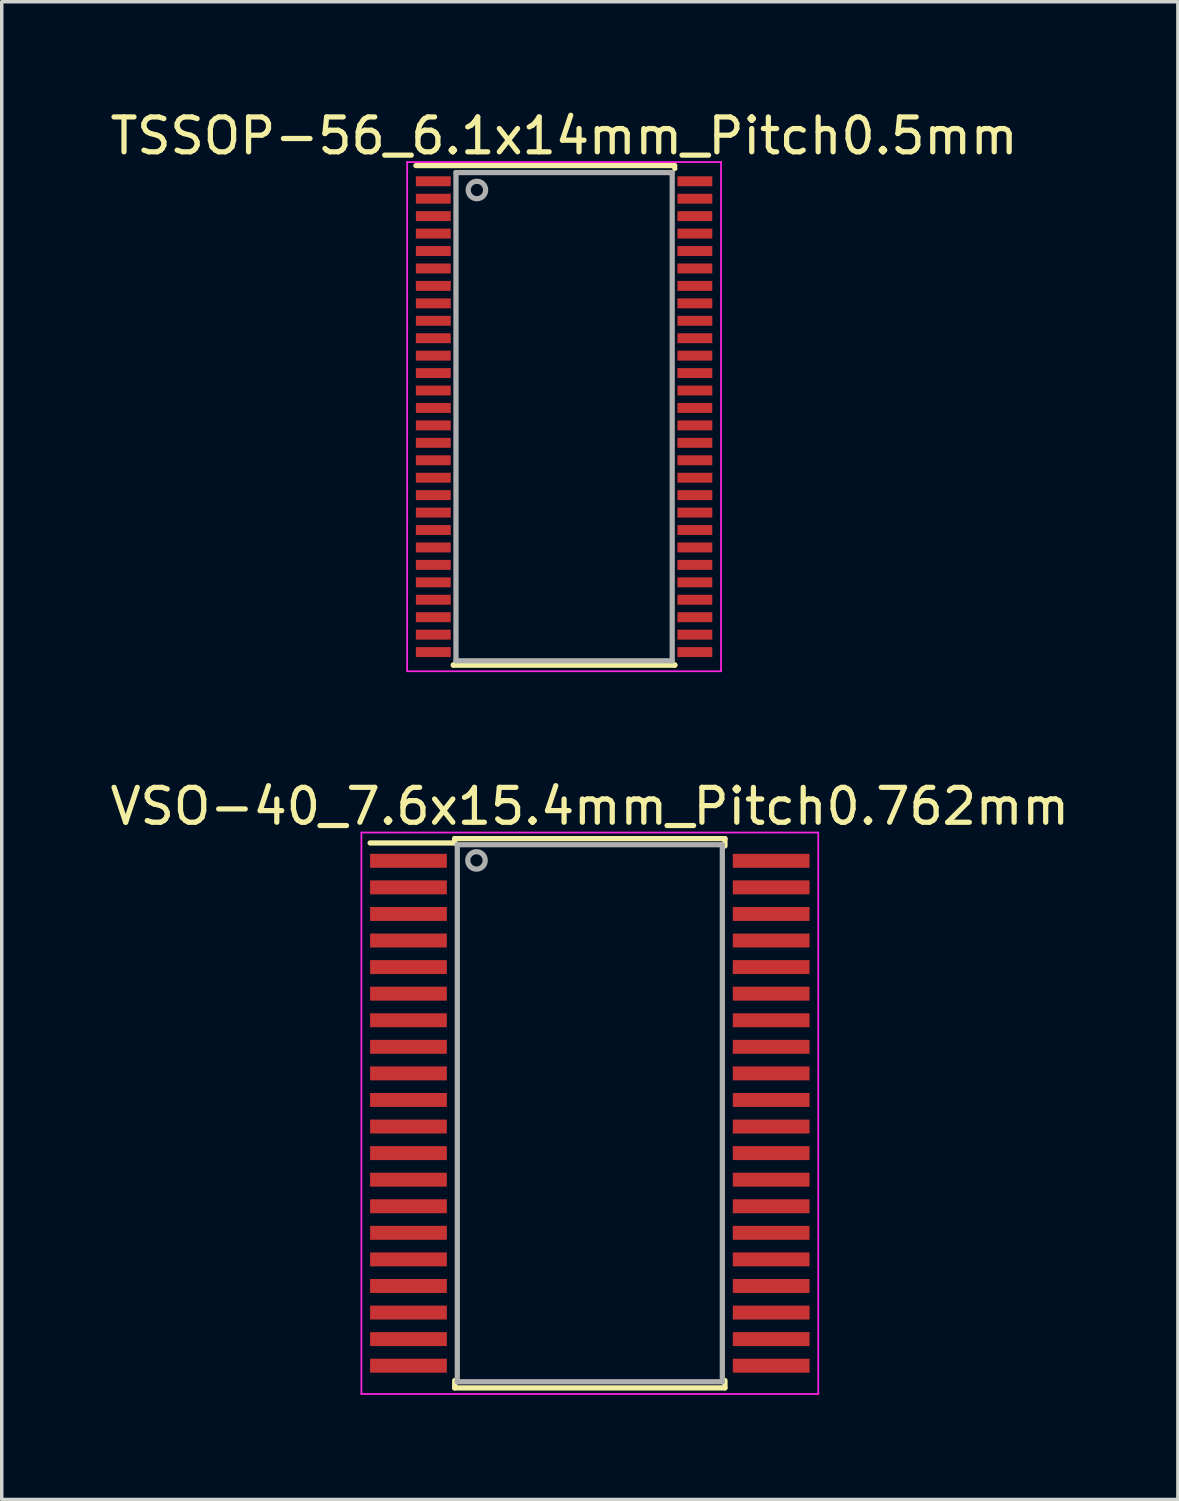
<source format=kicad_pcb>
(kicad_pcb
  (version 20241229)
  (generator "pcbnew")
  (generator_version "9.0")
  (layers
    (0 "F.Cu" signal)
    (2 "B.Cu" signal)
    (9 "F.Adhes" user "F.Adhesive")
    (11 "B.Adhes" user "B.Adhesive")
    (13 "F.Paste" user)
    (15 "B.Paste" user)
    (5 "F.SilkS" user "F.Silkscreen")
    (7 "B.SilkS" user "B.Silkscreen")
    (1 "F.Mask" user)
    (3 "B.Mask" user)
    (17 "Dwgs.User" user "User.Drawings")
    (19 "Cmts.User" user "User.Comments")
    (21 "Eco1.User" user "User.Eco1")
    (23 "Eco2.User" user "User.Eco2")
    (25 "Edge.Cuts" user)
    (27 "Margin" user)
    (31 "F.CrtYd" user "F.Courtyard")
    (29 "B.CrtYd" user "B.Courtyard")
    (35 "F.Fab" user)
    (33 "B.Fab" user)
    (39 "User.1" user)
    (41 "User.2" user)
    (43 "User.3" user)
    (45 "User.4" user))
  (footprint "VSO-40_7.6x15.4mm_Pitch0.762mm"
    (layer "F.Cu")
    (at 13.863 28.872)
    (property "Reference" "VSO-40_7.6x15.4mm_Pitch0.762mm" (at 0 -8.8 0) (layer "F.SilkS") (effects (font (size 1 1) (thickness 0.15))))
    (attr smd)
    (fp_line (start -3.875 -7.875) (end -3.875 -7.75) (stroke (width 0.15) (type solid)) (layer "F.SilkS"))
    (fp_line (start -3.875 -7.875) (end 3.875 -7.875) (stroke (width 0.15) (type solid)) (layer "F.SilkS"))
    (fp_line (start -3.875 -7.75) (end -6.3 -7.75) (stroke (width 0.15) (type solid)) (layer "F.SilkS"))
    (fp_line (start -3.875 7.875) (end -3.875 7.664) (stroke (width 0.15) (type solid)) (layer "F.SilkS"))
    (fp_line (start -3.875 7.875) (end 3.875 7.875) (stroke (width 0.15) (type solid)) (layer "F.SilkS"))
    (fp_line (start 3.875 -7.875) (end 3.875 -7.664) (stroke (width 0.15) (type solid)) (layer "F.SilkS"))
    (fp_line (start 3.875 7.875) (end 3.875 7.664) (stroke (width 0.15) (type solid)) (layer "F.SilkS"))
    (fp_line (start -6.55 -8.05) (end -6.55 8.05) (stroke (width 0.05) (type solid)) (layer "F.CrtYd"))
    (fp_line (start -6.55 -8.05) (end 6.55 -8.05) (stroke (width 0.05) (type solid)) (layer "F.CrtYd"))
    (fp_line (start -6.55 8.05) (end 6.55 8.05) (stroke (width 0.05) (type solid)) (layer "F.CrtYd"))
    (fp_line (start 6.55 -8.05) (end 6.55 8.05) (stroke (width 0.05) (type solid)) (layer "F.CrtYd"))
    (fp_line (start -3.8 -7.7) (end 3.8 -7.7) (stroke (width 0.15) (type solid)) (layer "F.Fab"))
    (fp_line (start -3.8 7.7) (end -3.8 -7.7) (stroke (width 0.15) (type solid)) (layer "F.Fab"))
    (fp_line (start 3.8 -7.7) (end 3.8 7.7) (stroke (width 0.15) (type solid)) (layer "F.Fab"))
    (fp_line (start 3.8 7.7) (end -3.8 7.7) (stroke (width 0.15) (type solid)) (layer "F.Fab"))
    (fp_circle (center -3.25 -7.25) (end -3.5 -7.25) (stroke (width 0.15) (type solid)) (fill no) (layer "F.Fab"))
    (pad "1" smd rect (at -5.2 -7.239) (size 2.2 0.4) (layers "F.Cu" "F.Mask" "F.Paste"))
    (pad "2" smd rect (at -5.2 -6.477) (size 2.2 0.4) (layers "F.Cu" "F.Mask" "F.Paste"))
    (pad "3" smd rect (at -5.2 -5.715) (size 2.2 0.4) (layers "F.Cu" "F.Mask" "F.Paste"))
    (pad "4" smd rect (at -5.2 -4.953) (size 2.2 0.4) (layers "F.Cu" "F.Mask" "F.Paste"))
    (pad "5" smd rect (at -5.2 -4.191) (size 2.2 0.4) (layers "F.Cu" "F.Mask" "F.Paste"))
    (pad "6" smd rect (at -5.2 -3.429) (size 2.2 0.4) (layers "F.Cu" "F.Mask" "F.Paste"))
    (pad "7" smd rect (at -5.2 -2.667) (size 2.2 0.4) (layers "F.Cu" "F.Mask" "F.Paste"))
    (pad "8" smd rect (at -5.2 -1.905) (size 2.2 0.4) (layers "F.Cu" "F.Mask" "F.Paste"))
    (pad "9" smd rect (at -5.2 -1.143) (size 2.2 0.4) (layers "F.Cu" "F.Mask" "F.Paste"))
    (pad "10" smd rect (at -5.2 -0.381) (size 2.2 0.4) (layers "F.Cu" "F.Mask" "F.Paste"))
    (pad "11" smd rect (at -5.2 0.381) (size 2.2 0.4) (layers "F.Cu" "F.Mask" "F.Paste"))
    (pad "12" smd rect (at -5.2 1.143) (size 2.2 0.4) (layers "F.Cu" "F.Mask" "F.Paste"))
    (pad "13" smd rect (at -5.2 1.905) (size 2.2 0.4) (layers "F.Cu" "F.Mask" "F.Paste"))
    (pad "14" smd rect (at -5.2 2.667) (size 2.2 0.4) (layers "F.Cu" "F.Mask" "F.Paste"))
    (pad "15" smd rect (at -5.2 3.429) (size 2.2 0.4) (layers "F.Cu" "F.Mask" "F.Paste"))
    (pad "16" smd rect (at -5.2 4.191) (size 2.2 0.4) (layers "F.Cu" "F.Mask" "F.Paste"))
    (pad "17" smd rect (at -5.2 4.953) (size 2.2 0.4) (layers "F.Cu" "F.Mask" "F.Paste"))
    (pad "18" smd rect (at -5.2 5.715) (size 2.2 0.4) (layers "F.Cu" "F.Mask" "F.Paste"))
    (pad "19" smd rect (at -5.2 6.477) (size 2.2 0.4) (layers "F.Cu" "F.Mask" "F.Paste"))
    (pad "20" smd rect (at -5.2 7.239) (size 2.2 0.4) (layers "F.Cu" "F.Mask" "F.Paste"))
    (pad "21" smd rect (at 5.2 7.239) (size 2.2 0.4) (layers "F.Cu" "F.Mask" "F.Paste"))
    (pad "22" smd rect (at 5.2 6.477) (size 2.2 0.4) (layers "F.Cu" "F.Mask" "F.Paste"))
    (pad "23" smd rect (at 5.2 5.715) (size 2.2 0.4) (layers "F.Cu" "F.Mask" "F.Paste"))
    (pad "24" smd rect (at 5.2 4.953) (size 2.2 0.4) (layers "F.Cu" "F.Mask" "F.Paste"))
    (pad "25" smd rect (at 5.2 4.191) (size 2.2 0.4) (layers "F.Cu" "F.Mask" "F.Paste"))
    (pad "26" smd rect (at 5.2 3.429) (size 2.2 0.4) (layers "F.Cu" "F.Mask" "F.Paste"))
    (pad "27" smd rect (at 5.2 2.667) (size 2.2 0.4) (layers "F.Cu" "F.Mask" "F.Paste"))
    (pad "28" smd rect (at 5.2 1.905) (size 2.2 0.4) (layers "F.Cu" "F.Mask" "F.Paste"))
    (pad "29" smd rect (at 5.2 1.143) (size 2.2 0.4) (layers "F.Cu" "F.Mask" "F.Paste"))
    (pad "30" smd rect (at 5.2 0.381) (size 2.2 0.4) (layers "F.Cu" "F.Mask" "F.Paste"))
    (pad "31" smd rect (at 5.2 -0.381) (size 2.2 0.4) (layers "F.Cu" "F.Mask" "F.Paste"))
    (pad "32" smd rect (at 5.2 -1.143) (size 2.2 0.4) (layers "F.Cu" "F.Mask" "F.Paste"))
    (pad "33" smd rect (at 5.2 -1.905) (size 2.2 0.4) (layers "F.Cu" "F.Mask" "F.Paste"))
    (pad "34" smd rect (at 5.2 -2.667) (size 2.2 0.4) (layers "F.Cu" "F.Mask" "F.Paste"))
    (pad "35" smd rect (at 5.2 -3.429) (size 2.2 0.4) (layers "F.Cu" "F.Mask" "F.Paste"))
    (pad "36" smd rect (at 5.2 -4.191) (size 2.2 0.4) (layers "F.Cu" "F.Mask" "F.Paste"))
    (pad "37" smd rect (at 5.2 -4.953) (size 2.2 0.4) (layers "F.Cu" "F.Mask" "F.Paste"))
    (pad "38" smd rect (at 5.2 -5.715) (size 2.2 0.4) (layers "F.Cu" "F.Mask" "F.Paste"))
    (pad "39" smd rect (at 5.2 -6.477) (size 2.2 0.4) (layers "F.Cu" "F.Mask" "F.Paste"))
    (pad "40" smd rect (at 5.2 -7.239) (size 2.2 0.4) (layers "F.Cu" "F.Mask" "F.Paste")))
  (footprint "TSSOP-56_6.1x14mm_Pitch0.5mm"
    (layer "F.Cu")
    (at 13.125 8.898)
    (property "Reference" "TSSOP-56_6.1x14mm_Pitch0.5mm" (at 0 -8.05 0) (layer "F.SilkS") (effects (font (size 1 1) (thickness 0.15))))
    (attr smd)
    (fp_line (start -4.25 -7.2) (end 3.175 -7.2) (stroke (width 0.15) (type solid)) (layer "F.SilkS"))
    (fp_line (start -3.175 7.125) (end -3.175 7.117) (stroke (width 0.15) (type solid)) (layer "F.SilkS"))
    (fp_line (start -3.175 7.125) (end 3.175 7.125) (stroke (width 0.15) (type solid)) (layer "F.SilkS"))
    (fp_line (start 3.175 -7.125) (end 3.175 -7.117) (stroke (width 0.15) (type solid)) (layer "F.SilkS"))
    (fp_line (start 3.175 7.125) (end 3.175 7.117) (stroke (width 0.15) (type solid)) (layer "F.SilkS"))
    (fp_line (start -4.5 -7.3) (end -4.5 7.3) (stroke (width 0.05) (type solid)) (layer "F.CrtYd"))
    (fp_line (start -4.5 -7.3) (end 4.5 -7.3) (stroke (width 0.05) (type solid)) (layer "F.CrtYd"))
    (fp_line (start -4.5 7.3) (end 4.5 7.3) (stroke (width 0.05) (type solid)) (layer "F.CrtYd"))
    (fp_line (start 4.5 -7.3) (end 4.5 7.3) (stroke (width 0.05) (type solid)) (layer "F.CrtYd"))
    (fp_line (start -3.1 -7) (end 3.1 -7) (stroke (width 0.15) (type solid)) (layer "F.Fab"))
    (fp_line (start -3.1 7) (end -3.1 -7) (stroke (width 0.15) (type solid)) (layer "F.Fab"))
    (fp_line (start 3.1 -7) (end 3.1 7) (stroke (width 0.15) (type solid)) (layer "F.Fab"))
    (fp_line (start 3.1 7) (end -3.1 7) (stroke (width 0.15) (type solid)) (layer "F.Fab"))
    (fp_circle (center -2.5 -6.5) (end -2.75 -6.5) (stroke (width 0.15) (type solid)) (fill no) (layer "F.Fab"))
    (pad "1" smd rect (at -3.75 -6.75) (size 1 0.285) (layers "F.Cu" "F.Mask" "F.Paste"))
    (pad "2" smd rect (at -3.75 -6.25) (size 1 0.285) (layers "F.Cu" "F.Mask" "F.Paste"))
    (pad "3" smd rect (at -3.75 -5.75) (size 1 0.285) (layers "F.Cu" "F.Mask" "F.Paste"))
    (pad "4" smd rect (at -3.75 -5.25) (size 1 0.285) (layers "F.Cu" "F.Mask" "F.Paste"))
    (pad "5" smd rect (at -3.75 -4.75) (size 1 0.285) (layers "F.Cu" "F.Mask" "F.Paste"))
    (pad "6" smd rect (at -3.75 -4.25) (size 1 0.285) (layers "F.Cu" "F.Mask" "F.Paste"))
    (pad "7" smd rect (at -3.75 -3.75) (size 1 0.285) (layers "F.Cu" "F.Mask" "F.Paste"))
    (pad "8" smd rect (at -3.75 -3.25) (size 1 0.285) (layers "F.Cu" "F.Mask" "F.Paste"))
    (pad "9" smd rect (at -3.75 -2.75) (size 1 0.285) (layers "F.Cu" "F.Mask" "F.Paste"))
    (pad "10" smd rect (at -3.75 -2.25) (size 1 0.285) (layers "F.Cu" "F.Mask" "F.Paste"))
    (pad "11" smd rect (at -3.75 -1.75) (size 1 0.285) (layers "F.Cu" "F.Mask" "F.Paste"))
    (pad "12" smd rect (at -3.75 -1.25) (size 1 0.285) (layers "F.Cu" "F.Mask" "F.Paste"))
    (pad "13" smd rect (at -3.75 -0.75) (size 1 0.285) (layers "F.Cu" "F.Mask" "F.Paste"))
    (pad "14" smd rect (at -3.75 -0.25) (size 1 0.285) (layers "F.Cu" "F.Mask" "F.Paste"))
    (pad "15" smd rect (at -3.75 0.25) (size 1 0.285) (layers "F.Cu" "F.Mask" "F.Paste"))
    (pad "16" smd rect (at -3.75 0.75) (size 1 0.285) (layers "F.Cu" "F.Mask" "F.Paste"))
    (pad "17" smd rect (at -3.75 1.25) (size 1 0.285) (layers "F.Cu" "F.Mask" "F.Paste"))
    (pad "18" smd rect (at -3.75 1.75) (size 1 0.285) (layers "F.Cu" "F.Mask" "F.Paste"))
    (pad "19" smd rect (at -3.75 2.25) (size 1 0.285) (layers "F.Cu" "F.Mask" "F.Paste"))
    (pad "20" smd rect (at -3.75 2.75) (size 1 0.285) (layers "F.Cu" "F.Mask" "F.Paste"))
    (pad "21" smd rect (at -3.75 3.25) (size 1 0.285) (layers "F.Cu" "F.Mask" "F.Paste"))
    (pad "22" smd rect (at -3.75 3.75) (size 1 0.285) (layers "F.Cu" "F.Mask" "F.Paste"))
    (pad "23" smd rect (at -3.75 4.25) (size 1 0.285) (layers "F.Cu" "F.Mask" "F.Paste"))
    (pad "24" smd rect (at -3.75 4.75) (size 1 0.285) (layers "F.Cu" "F.Mask" "F.Paste"))
    (pad "25" smd rect (at -3.75 5.25) (size 1 0.285) (layers "F.Cu" "F.Mask" "F.Paste"))
    (pad "26" smd rect (at -3.75 5.75) (size 1 0.285) (layers "F.Cu" "F.Mask" "F.Paste"))
    (pad "27" smd rect (at -3.75 6.25) (size 1 0.285) (layers "F.Cu" "F.Mask" "F.Paste"))
    (pad "28" smd rect (at -3.75 6.75) (size 1 0.285) (layers "F.Cu" "F.Mask" "F.Paste"))
    (pad "29" smd rect (at 3.75 6.75) (size 1 0.285) (layers "F.Cu" "F.Mask" "F.Paste"))
    (pad "30" smd rect (at 3.75 6.25) (size 1 0.285) (layers "F.Cu" "F.Mask" "F.Paste"))
    (pad "31" smd rect (at 3.75 5.75) (size 1 0.285) (layers "F.Cu" "F.Mask" "F.Paste"))
    (pad "32" smd rect (at 3.75 5.25) (size 1 0.285) (layers "F.Cu" "F.Mask" "F.Paste"))
    (pad "33" smd rect (at 3.75 4.75) (size 1 0.285) (layers "F.Cu" "F.Mask" "F.Paste"))
    (pad "34" smd rect (at 3.75 4.25) (size 1 0.285) (layers "F.Cu" "F.Mask" "F.Paste"))
    (pad "35" smd rect (at 3.75 3.75) (size 1 0.285) (layers "F.Cu" "F.Mask" "F.Paste"))
    (pad "36" smd rect (at 3.75 3.25) (size 1 0.285) (layers "F.Cu" "F.Mask" "F.Paste"))
    (pad "37" smd rect (at 3.75 2.75) (size 1 0.285) (layers "F.Cu" "F.Mask" "F.Paste"))
    (pad "38" smd rect (at 3.75 2.25) (size 1 0.285) (layers "F.Cu" "F.Mask" "F.Paste"))
    (pad "39" smd rect (at 3.75 1.75) (size 1 0.285) (layers "F.Cu" "F.Mask" "F.Paste"))
    (pad "40" smd rect (at 3.75 1.25) (size 1 0.285) (layers "F.Cu" "F.Mask" "F.Paste"))
    (pad "41" smd rect (at 3.75 0.75) (size 1 0.285) (layers "F.Cu" "F.Mask" "F.Paste"))
    (pad "42" smd rect (at 3.75 0.25) (size 1 0.285) (layers "F.Cu" "F.Mask" "F.Paste"))
    (pad "43" smd rect (at 3.75 -0.25) (size 1 0.285) (layers "F.Cu" "F.Mask" "F.Paste"))
    (pad "44" smd rect (at 3.75 -0.75) (size 1 0.285) (layers "F.Cu" "F.Mask" "F.Paste"))
    (pad "45" smd rect (at 3.75 -1.25) (size 1 0.285) (layers "F.Cu" "F.Mask" "F.Paste"))
    (pad "46" smd rect (at 3.75 -1.75) (size 1 0.285) (layers "F.Cu" "F.Mask" "F.Paste"))
    (pad "47" smd rect (at 3.75 -2.25) (size 1 0.285) (layers "F.Cu" "F.Mask" "F.Paste"))
    (pad "48" smd rect (at 3.75 -2.75) (size 1 0.285) (layers "F.Cu" "F.Mask" "F.Paste"))
    (pad "49" smd rect (at 3.75 -3.25) (size 1 0.285) (layers "F.Cu" "F.Mask" "F.Paste"))
    (pad "50" smd rect (at 3.75 -3.75) (size 1 0.285) (layers "F.Cu" "F.Mask" "F.Paste"))
    (pad "51" smd rect (at 3.75 -4.25) (size 1 0.285) (layers "F.Cu" "F.Mask" "F.Paste"))
    (pad "52" smd rect (at 3.75 -4.75) (size 1 0.285) (layers "F.Cu" "F.Mask" "F.Paste"))
    (pad "53" smd rect (at 3.75 -5.25) (size 1 0.285) (layers "F.Cu" "F.Mask" "F.Paste"))
    (pad "54" smd rect (at 3.75 -5.75) (size 1 0.285) (layers "F.Cu" "F.Mask" "F.Paste"))
    (pad "55" smd rect (at 3.75 -6.25) (size 1 0.285) (layers "F.Cu" "F.Mask" "F.Paste"))
    (pad "56" smd rect (at 3.75 -6.75) (size 1 0.285) (layers "F.Cu" "F.Mask" "F.Paste")))
  (gr_rect
    (start -3 -3)
    (end 30.726 39.947)
    (stroke (width 0.1) (type default))
    (fill no)
    (layer "Edge.Cuts")))
</source>
